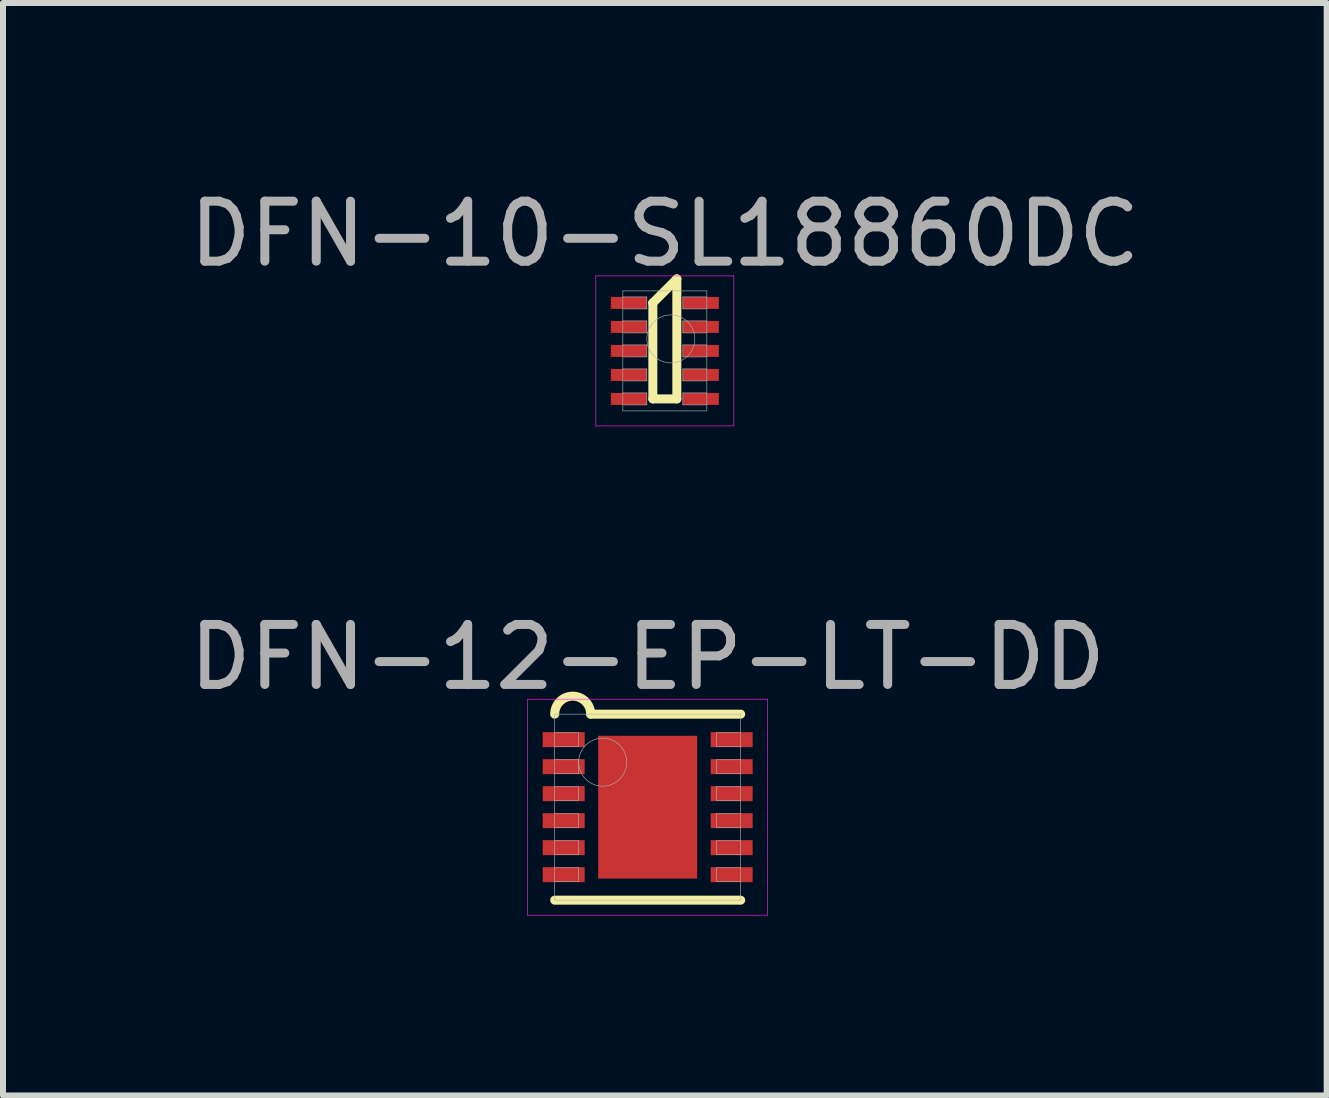
<source format=kicad_pcb>
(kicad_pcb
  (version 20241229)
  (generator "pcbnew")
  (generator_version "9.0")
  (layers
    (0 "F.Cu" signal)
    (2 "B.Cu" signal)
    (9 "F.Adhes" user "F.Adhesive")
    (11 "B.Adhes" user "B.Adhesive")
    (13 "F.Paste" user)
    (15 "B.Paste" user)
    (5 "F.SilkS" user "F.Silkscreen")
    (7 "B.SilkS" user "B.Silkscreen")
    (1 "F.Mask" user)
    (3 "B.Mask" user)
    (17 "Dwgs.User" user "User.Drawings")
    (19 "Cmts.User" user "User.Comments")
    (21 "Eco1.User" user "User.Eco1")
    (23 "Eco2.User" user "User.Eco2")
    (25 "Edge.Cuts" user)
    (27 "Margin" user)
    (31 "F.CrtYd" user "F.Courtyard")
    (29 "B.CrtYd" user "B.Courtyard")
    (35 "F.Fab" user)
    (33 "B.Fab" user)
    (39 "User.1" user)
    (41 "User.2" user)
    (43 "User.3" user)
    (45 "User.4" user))
  (footprint "DFN-10-SL18860DC"
    (layer "F.Cu")
    (at 8.03 2.798)
    (property "Reference" "DFN-10-SL18860DC" (at 0 -1.95 0) (layer "F.Fab") (effects (font (size 1 1) (thickness 0.15))))
    (attr smd)
    (fp_line (start -0.2 -0.8) (end -0.2 -0.8) (stroke (width 0.15) (type solid)) (layer "F.SilkS"))
    (fp_line (start -0.2 -0.8) (end -0.2 0.8) (stroke (width 0.15) (type solid)) (layer "F.SilkS"))
    (fp_line (start -0.2 0.8) (end 0.2 0.8) (stroke (width 0.15) (type solid)) (layer "F.SilkS"))
    (fp_line (start 0.2 -1.2) (end -0.2 -0.8) (stroke (width 0.15) (type solid)) (layer "F.SilkS"))
    (fp_line (start 0.2 0.8) (end 0.2 -1.2) (stroke (width 0.15) (type solid)) (layer "F.SilkS"))
    (fp_line (start -1.15 -1.25) (end 1.15 -1.25) (stroke (width 0.01) (type solid)) (layer "F.CrtYd"))
    (fp_line (start -1.15 1.25) (end -1.15 -1.25) (stroke (width 0.01) (type solid)) (layer "F.CrtYd"))
    (fp_line (start 1.15 -1.25) (end 1.15 1.25) (stroke (width 0.01) (type solid)) (layer "F.CrtYd"))
    (fp_line (start 1.15 1.25) (end -1.15 1.25) (stroke (width 0.01) (type solid)) (layer "F.CrtYd"))
    (fp_line (start -0.7 -1) (end 0.7 -1) (stroke (width 0.01) (type solid)) (layer "F.Fab"))
    (fp_line (start -0.7 -0.7) (end -0.3 -0.7) (stroke (width 0.01) (type solid)) (layer "F.Fab"))
    (fp_line (start -0.7 -0.3) (end -0.3 -0.3) (stroke (width 0.01) (type solid)) (layer "F.Fab"))
    (fp_line (start -0.7 0.1) (end -0.3 0.1) (stroke (width 0.01) (type solid)) (layer "F.Fab"))
    (fp_line (start -0.7 0.5) (end -0.3 0.5) (stroke (width 0.01) (type solid)) (layer "F.Fab"))
    (fp_line (start -0.7 0.9) (end -0.3 0.9) (stroke (width 0.01) (type solid)) (layer "F.Fab"))
    (fp_line (start -0.7 1) (end -0.7 -1) (stroke (width 0.01) (type solid)) (layer "F.Fab"))
    (fp_line (start -0.3 -0.9) (end -0.7 -0.9) (stroke (width 0.01) (type solid)) (layer "F.Fab"))
    (fp_line (start -0.3 -0.7) (end -0.3 -0.9) (stroke (width 0.01) (type solid)) (layer "F.Fab"))
    (fp_line (start -0.3 -0.5) (end -0.7 -0.5) (stroke (width 0.01) (type solid)) (layer "F.Fab"))
    (fp_line (start -0.3 -0.3) (end -0.3 -0.5) (stroke (width 0.01) (type solid)) (layer "F.Fab"))
    (fp_line (start -0.3 -0.1) (end -0.7 -0.1) (stroke (width 0.01) (type solid)) (layer "F.Fab"))
    (fp_line (start -0.3 0.1) (end -0.3 -0.1) (stroke (width 0.01) (type solid)) (layer "F.Fab"))
    (fp_line (start -0.3 0.3) (end -0.7 0.3) (stroke (width 0.01) (type solid)) (layer "F.Fab"))
    (fp_line (start -0.3 0.5) (end -0.3 0.3) (stroke (width 0.01) (type solid)) (layer "F.Fab"))
    (fp_line (start -0.3 0.7) (end -0.7 0.7) (stroke (width 0.01) (type solid)) (layer "F.Fab"))
    (fp_line (start -0.3 0.9) (end -0.3 0.7) (stroke (width 0.01) (type solid)) (layer "F.Fab"))
    (fp_line (start 0.3 -0.9) (end 0.3 -0.7) (stroke (width 0.01) (type solid)) (layer "F.Fab"))
    (fp_line (start 0.3 -0.7) (end 0.7 -0.7) (stroke (width 0.01) (type solid)) (layer "F.Fab"))
    (fp_line (start 0.3 -0.5) (end 0.3 -0.3) (stroke (width 0.01) (type solid)) (layer "F.Fab"))
    (fp_line (start 0.3 -0.3) (end 0.7 -0.3) (stroke (width 0.01) (type solid)) (layer "F.Fab"))
    (fp_line (start 0.3 -0.1) (end 0.3 0.1) (stroke (width 0.01) (type solid)) (layer "F.Fab"))
    (fp_line (start 0.3 0.1) (end 0.7 0.1) (stroke (width 0.01) (type solid)) (layer "F.Fab"))
    (fp_line (start 0.3 0.3) (end 0.3 0.5) (stroke (width 0.01) (type solid)) (layer "F.Fab"))
    (fp_line (start 0.3 0.5) (end 0.7 0.5) (stroke (width 0.01) (type solid)) (layer "F.Fab"))
    (fp_line (start 0.3 0.7) (end 0.3 0.9) (stroke (width 0.01) (type solid)) (layer "F.Fab"))
    (fp_line (start 0.3 0.9) (end 0.7 0.9) (stroke (width 0.01) (type solid)) (layer "F.Fab"))
    (fp_line (start 0.7 -1) (end 0.7 1) (stroke (width 0.01) (type solid)) (layer "F.Fab"))
    (fp_line (start 0.7 -0.9) (end 0.3 -0.9) (stroke (width 0.01) (type solid)) (layer "F.Fab"))
    (fp_line (start 0.7 -0.5) (end 0.3 -0.5) (stroke (width 0.01) (type solid)) (layer "F.Fab"))
    (fp_line (start 0.7 -0.1) (end 0.3 -0.1) (stroke (width 0.01) (type solid)) (layer "F.Fab"))
    (fp_line (start 0.7 0.3) (end 0.3 0.3) (stroke (width 0.01) (type solid)) (layer "F.Fab"))
    (fp_line (start 0.7 0.7) (end 0.3 0.7) (stroke (width 0.01) (type solid)) (layer "F.Fab"))
    (fp_line (start 0.7 1) (end -0.7 1) (stroke (width 0.01) (type solid)) (layer "F.Fab"))
    (fp_circle (center 0.1 -0.2) (end 0.1 0.2) (stroke (width 0.01) (type solid)) (fill no) (layer "F.Fab"))
    (pad "1" smd rect (at -0.6 -0.8) (size 0.6 0.2) (layers "F.Cu" "F.Mask" "F.Paste"))
    (pad "2" smd rect (at -0.6 -0.4) (size 0.6 0.2) (layers "F.Cu" "F.Mask" "F.Paste"))
    (pad "3" smd rect (at -0.6 0) (size 0.6 0.2) (layers "F.Cu" "F.Mask" "F.Paste"))
    (pad "4" smd rect (at -0.6 0.4) (size 0.6 0.2) (layers "F.Cu" "F.Mask" "F.Paste"))
    (pad "5" smd rect (at -0.6 0.8) (size 0.6 0.2) (layers "F.Cu" "F.Mask" "F.Paste"))
    (pad "6" smd rect (at 0.6 0.8) (size 0.6 0.2) (layers "F.Cu" "F.Mask" "F.Paste"))
    (pad "7" smd rect (at 0.6 0.4) (size 0.6 0.2) (layers "F.Cu" "F.Mask" "F.Paste"))
    (pad "8" smd rect (at 0.6 0) (size 0.6 0.2) (layers "F.Cu" "F.Mask" "F.Paste"))
    (pad "9" smd rect (at 0.6 -0.4) (size 0.6 0.2) (layers "F.Cu" "F.Mask" "F.Paste"))
    (pad "10" smd rect (at 0.6 -0.8) (size 0.6 0.2) (layers "F.Cu" "F.Mask" "F.Paste")))
  (footprint "DFN-12-EP-LT-DD"
    (layer "F.Cu")
    (at 7.744 10.402)
    (property "Reference" "DFN-12-EP-LT-DD" (at 0 -2.5 0) (layer "F.Fab") (effects (font (size 1 1) (thickness 0.15))))
    (attr smd)
    (fp_line (start -1.55 1.55) (end 1.55 1.55) (stroke (width 0.15) (type solid)) (layer "F.SilkS"))
    (fp_line (start -0.95 -1.55) (end 1.55 -1.55) (stroke (width 0.15) (type solid)) (layer "F.SilkS"))
    (fp_arc (start -1.55 -1.55) (mid -1.25 -1.85) (end -0.95 -1.55) (stroke (width 0.15) (type solid)) (layer "F.SilkS"))
    (fp_line (start -2 -1.8) (end 2 -1.8) (stroke (width 0.01) (type solid)) (layer "F.CrtYd"))
    (fp_line (start -2 1.8) (end -2 -1.8) (stroke (width 0.01) (type solid)) (layer "F.CrtYd"))
    (fp_line (start 2 -1.8) (end 2 1.8) (stroke (width 0.01) (type solid)) (layer "F.CrtYd"))
    (fp_line (start 2 1.8) (end -2 1.8) (stroke (width 0.01) (type solid)) (layer "F.CrtYd"))
    (fp_line (start -1.55 -1.55) (end 1.55 -1.55) (stroke (width 0.01) (type solid)) (layer "F.Fab"))
    (fp_line (start -1.55 -1.01) (end -1.15 -1.01) (stroke (width 0.01) (type solid)) (layer "F.Fab"))
    (fp_line (start -1.55 -0.56) (end -1.15 -0.56) (stroke (width 0.01) (type solid)) (layer "F.Fab"))
    (fp_line (start -1.55 -0.11) (end -1.15 -0.11) (stroke (width 0.01) (type solid)) (layer "F.Fab"))
    (fp_line (start -1.55 0.34) (end -1.15 0.34) (stroke (width 0.01) (type solid)) (layer "F.Fab"))
    (fp_line (start -1.55 0.79) (end -1.15 0.79) (stroke (width 0.01) (type solid)) (layer "F.Fab"))
    (fp_line (start -1.55 1.24) (end -1.15 1.24) (stroke (width 0.01) (type solid)) (layer "F.Fab"))
    (fp_line (start -1.55 1.55) (end -1.55 -1.55) (stroke (width 0.01) (type solid)) (layer "F.Fab"))
    (fp_line (start -1.15 -1.24) (end -1.55 -1.24) (stroke (width 0.01) (type solid)) (layer "F.Fab"))
    (fp_line (start -1.15 -1.01) (end -1.15 -1.24) (stroke (width 0.01) (type solid)) (layer "F.Fab"))
    (fp_line (start -1.15 -0.79) (end -1.55 -0.79) (stroke (width 0.01) (type solid)) (layer "F.Fab"))
    (fp_line (start -1.15 -0.56) (end -1.15 -0.79) (stroke (width 0.01) (type solid)) (layer "F.Fab"))
    (fp_line (start -1.15 -0.34) (end -1.55 -0.34) (stroke (width 0.01) (type solid)) (layer "F.Fab"))
    (fp_line (start -1.15 -0.11) (end -1.15 -0.34) (stroke (width 0.01) (type solid)) (layer "F.Fab"))
    (fp_line (start -1.15 0.11) (end -1.55 0.11) (stroke (width 0.01) (type solid)) (layer "F.Fab"))
    (fp_line (start -1.15 0.34) (end -1.15 0.11) (stroke (width 0.01) (type solid)) (layer "F.Fab"))
    (fp_line (start -1.15 0.56) (end -1.55 0.56) (stroke (width 0.01) (type solid)) (layer "F.Fab"))
    (fp_line (start -1.15 0.79) (end -1.15 0.56) (stroke (width 0.01) (type solid)) (layer "F.Fab"))
    (fp_line (start -1.15 1.01) (end -1.55 1.01) (stroke (width 0.01) (type solid)) (layer "F.Fab"))
    (fp_line (start -1.15 1.24) (end -1.15 1.01) (stroke (width 0.01) (type solid)) (layer "F.Fab"))
    (fp_line (start 1.15 -1.24) (end 1.15 -1.01) (stroke (width 0.01) (type solid)) (layer "F.Fab"))
    (fp_line (start 1.15 -1.01) (end 1.55 -1.01) (stroke (width 0.01) (type solid)) (layer "F.Fab"))
    (fp_line (start 1.15 -0.79) (end 1.15 -0.56) (stroke (width 0.01) (type solid)) (layer "F.Fab"))
    (fp_line (start 1.15 -0.56) (end 1.55 -0.56) (stroke (width 0.01) (type solid)) (layer "F.Fab"))
    (fp_line (start 1.15 -0.34) (end 1.15 -0.11) (stroke (width 0.01) (type solid)) (layer "F.Fab"))
    (fp_line (start 1.15 -0.11) (end 1.55 -0.11) (stroke (width 0.01) (type solid)) (layer "F.Fab"))
    (fp_line (start 1.15 0.11) (end 1.15 0.34) (stroke (width 0.01) (type solid)) (layer "F.Fab"))
    (fp_line (start 1.15 0.34) (end 1.55 0.34) (stroke (width 0.01) (type solid)) (layer "F.Fab"))
    (fp_line (start 1.15 0.56) (end 1.15 0.79) (stroke (width 0.01) (type solid)) (layer "F.Fab"))
    (fp_line (start 1.15 0.79) (end 1.55 0.79) (stroke (width 0.01) (type solid)) (layer "F.Fab"))
    (fp_line (start 1.15 1.01) (end 1.15 1.24) (stroke (width 0.01) (type solid)) (layer "F.Fab"))
    (fp_line (start 1.15 1.24) (end 1.55 1.24) (stroke (width 0.01) (type solid)) (layer "F.Fab"))
    (fp_line (start 1.55 -1.55) (end 1.55 1.55) (stroke (width 0.01) (type solid)) (layer "F.Fab"))
    (fp_line (start 1.55 -1.24) (end 1.15 -1.24) (stroke (width 0.01) (type solid)) (layer "F.Fab"))
    (fp_line (start 1.55 -0.79) (end 1.15 -0.79) (stroke (width 0.01) (type solid)) (layer "F.Fab"))
    (fp_line (start 1.55 -0.34) (end 1.15 -0.34) (stroke (width 0.01) (type solid)) (layer "F.Fab"))
    (fp_line (start 1.55 0.11) (end 1.15 0.11) (stroke (width 0.01) (type solid)) (layer "F.Fab"))
    (fp_line (start 1.55 0.56) (end 1.15 0.56) (stroke (width 0.01) (type solid)) (layer "F.Fab"))
    (fp_line (start 1.55 1.01) (end 1.15 1.01) (stroke (width 0.01) (type solid)) (layer "F.Fab"))
    (fp_line (start 1.55 1.55) (end -1.55 1.55) (stroke (width 0.01) (type solid)) (layer "F.Fab"))
    (fp_circle (center -0.75 -0.75) (end -0.75 -0.35) (stroke (width 0.01) (type solid)) (fill no) (layer "F.Fab"))
    (pad "" smd rect (at 0 -0.6) (size 1.2 0.8) (layers "F.Paste"))
    (pad "" smd rect (at 0 0.6) (size 1.2 0.8) (layers "F.Paste"))
    (pad "1" smd rect (at -1.4 -1.125) (size 0.7 0.25) (layers "F.Cu" "F.Mask" "F.Paste"))
    (pad "2" smd rect (at -1.4 -0.675) (size 0.7 0.25) (layers "F.Cu" "F.Mask" "F.Paste"))
    (pad "3" smd rect (at -1.4 -0.225) (size 0.7 0.25) (layers "F.Cu" "F.Mask" "F.Paste"))
    (pad "4" smd rect (at -1.4 0.225) (size 0.7 0.25) (layers "F.Cu" "F.Mask" "F.Paste"))
    (pad "5" smd rect (at -1.4 0.675) (size 0.7 0.25) (layers "F.Cu" "F.Mask" "F.Paste"))
    (pad "6" smd rect (at -1.4 1.125) (size 0.7 0.25) (layers "F.Cu" "F.Mask" "F.Paste"))
    (pad "7" smd rect (at 1.4 1.125) (size 0.7 0.25) (layers "F.Cu" "F.Mask" "F.Paste"))
    (pad "8" smd rect (at 1.4 0.675) (size 0.7 0.25) (layers "F.Cu" "F.Mask" "F.Paste"))
    (pad "9" smd rect (at 1.4 0.225) (size 0.7 0.25) (layers "F.Cu" "F.Mask" "F.Paste"))
    (pad "10" smd rect (at 1.4 -0.225) (size 0.7 0.25) (layers "F.Cu" "F.Mask" "F.Paste"))
    (pad "11" smd rect (at 1.4 -0.675) (size 0.7 0.25) (layers "F.Cu" "F.Mask" "F.Paste"))
    (pad "12" smd rect (at 1.4 -1.125) (size 0.7 0.25) (layers "F.Cu" "F.Mask" "F.Paste"))
    (pad "EP" smd rect (at 0 0) (size 1.65 2.38) (layers "F.Cu" "F.Mask")))
  (gr_rect
    (start -3 -3)
    (end 19.06 15.207)
    (stroke (width 0.1) (type default))
    (fill no)
    (layer "Edge.Cuts")))
</source>
